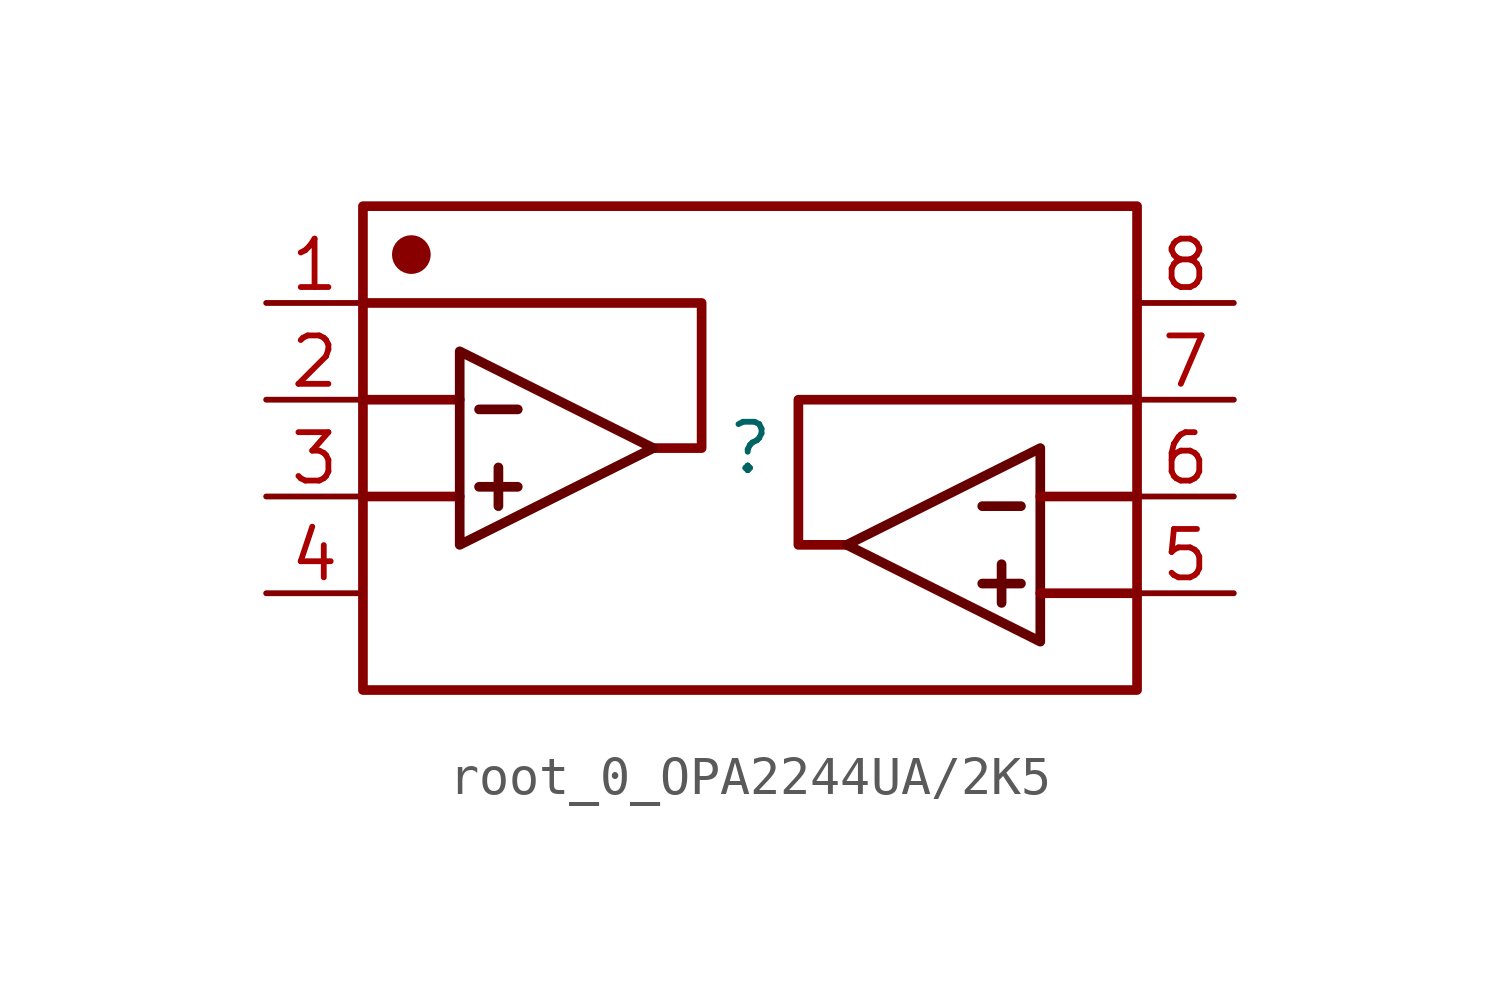
<source format=kicad_sym>
(kicad_symbol_lib
  (version 20231120)
  (generator "kicad_symbol_editor")
  (generator_version "8.0")
  (symbol "root_0_OPA2244UA/2K5"
    (property "Reference" ""
      (at 0 0 0)
      (effects (font (size 1.27 1.27))))
    (property "Value" ""
      (at 0 0 0)
      (effects (font (size 1.27 1.27))))
    (symbol "root_0_OPA2244UA/2K5_1_0"
      (rectangle (start -10.16 6.35) (end 10.16 -6.35) (stroke (width 0.254) (type solid) (color 136 0 0 1)) (fill (type none)))
      (circle (center -8.89 5.08) (radius 0.381) (stroke (width 0.254) (type solid) (color 136 0 0 1)) (fill (type outline)))
      (polyline (pts (xy -10.16 -1.27) (xy -7.62 -1.27)) (stroke (width 0.254) (type solid)) (fill (type none)))
      (polyline (pts (xy -10.16 1.27) (xy -7.62 1.27)) (stroke (width 0.254) (type solid)) (fill (type none)))
      (polyline (pts (xy -6.604 -0.508) (xy -6.604 -1.524)) (stroke (width 0.254) (type solid) (color 102 0 0 1)) (fill (type none)))
      (polyline (pts (xy -6.096 1.016) (xy -7.112 1.016)) (stroke (width 0.254) (type solid) (color 102 0 0 1)) (fill (type none)))
      (polyline (pts (xy 6.096 -1.524) (xy 7.112 -1.524)) (stroke (width 0.254) (type solid) (color 102 0 0 1)) (fill (type none)))
      (polyline (pts (xy 6.604 -3.048) (xy 6.604 -4.064)) (stroke (width 0.254) (type solid) (color 102 0 0 1)) (fill (type none)))
      (polyline (pts (xy 10.16 -3.81) (xy 7.62 -3.81)) (stroke (width 0.254) (type solid)) (fill (type none)))
      (polyline (pts (xy 10.16 -1.27) (xy 7.62 -1.27)) (stroke (width 0.254) (type solid)) (fill (type none)))
      (polyline (pts (xy -6.096 -1.016) (xy -7.112 -1.016) (xy -7.112 -1.016) (xy -7.112 -1.016)) (stroke (width 0.254) (type solid) (color 102 0 0 1)) (fill (type none)))
      (polyline (pts (xy 6.096 -3.556) (xy 7.112 -3.556) (xy 7.112 -3.556) (xy 7.112 -3.556)) (stroke (width 0.254) (type solid) (color 102 0 0 1)) (fill (type none)))
      (polyline (pts (xy -10.16 3.81) (xy -1.27 3.81) (xy -1.27 3.81) (xy -1.27 0) (xy -1.27 0) (xy -2.54 0)) (stroke (width 0.254) (type solid)) (fill (type none)))
      (polyline (pts (xy -7.62 2.54) (xy -2.54 0) (xy -2.54 0) (xy -7.62 -2.54) (xy -7.62 -2.54) (xy -7.62 2.54)) (stroke (width 0.254) (type solid) (color 102 0 0 1)) (fill (type none)))
      (polyline (pts (xy 2.54 -2.54) (xy 1.27 -2.54) (xy 1.27 -2.54) (xy 1.27 1.27) (xy 1.27 1.27) (xy 10.16 1.27)) (stroke (width 0.254) (type solid)) (fill (type none)))
      (polyline (pts (xy 7.62 0) (xy 2.54 -2.54) (xy 2.54 -2.54) (xy 7.62 -5.08) (xy 7.62 -5.08) (xy 7.62 0)) (stroke (width 0.254) (type solid) (color 102 0 0 1)) (fill (type none)))
      (pin passive line (at -12.7 3.81 0) (length 2.54) (name "OUTA" (effects (font (size 0 0)))) (number "1" (effects (font (size 1.27 1.27)))))
      (pin passive line (at -12.7 1.27 0) (length 2.54) (name "INA-" (effects (font (size 0 0)))) (number "2" (effects (font (size 1.27 1.27)))))
      (pin passive line (at -12.7 -1.27 0) (length 2.54) (name "INA+" (effects (font (size 0 0)))) (number "3" (effects (font (size 1.27 1.27)))))
      (pin passive line (at -12.7 -3.81 0) (length 2.54) (name "V-" (effects (font (size 0 0)))) (number "4" (effects (font (size 1.27 1.27)))))
      (pin passive line (at 12.7 -3.81 180) (length 2.54) (name "INB+" (effects (font (size 0 0)))) (number "5" (effects (font (size 1.27 1.27)))))
      (pin passive line (at 12.7 -1.27 180) (length 2.54) (name "INB-" (effects (font (size 0 0)))) (number "6" (effects (font (size 1.27 1.27)))))
      (pin passive line (at 12.7 1.27 180) (length 2.54) (name "OUTB" (effects (font (size 0 0)))) (number "7" (effects (font (size 1.27 1.27)))))
      (pin passive line (at 12.7 3.81 180) (length 2.54) (name "V+" (effects (font (size 0 0)))) (number "8" (effects (font (size 1.27 1.27))))))))
</source>
